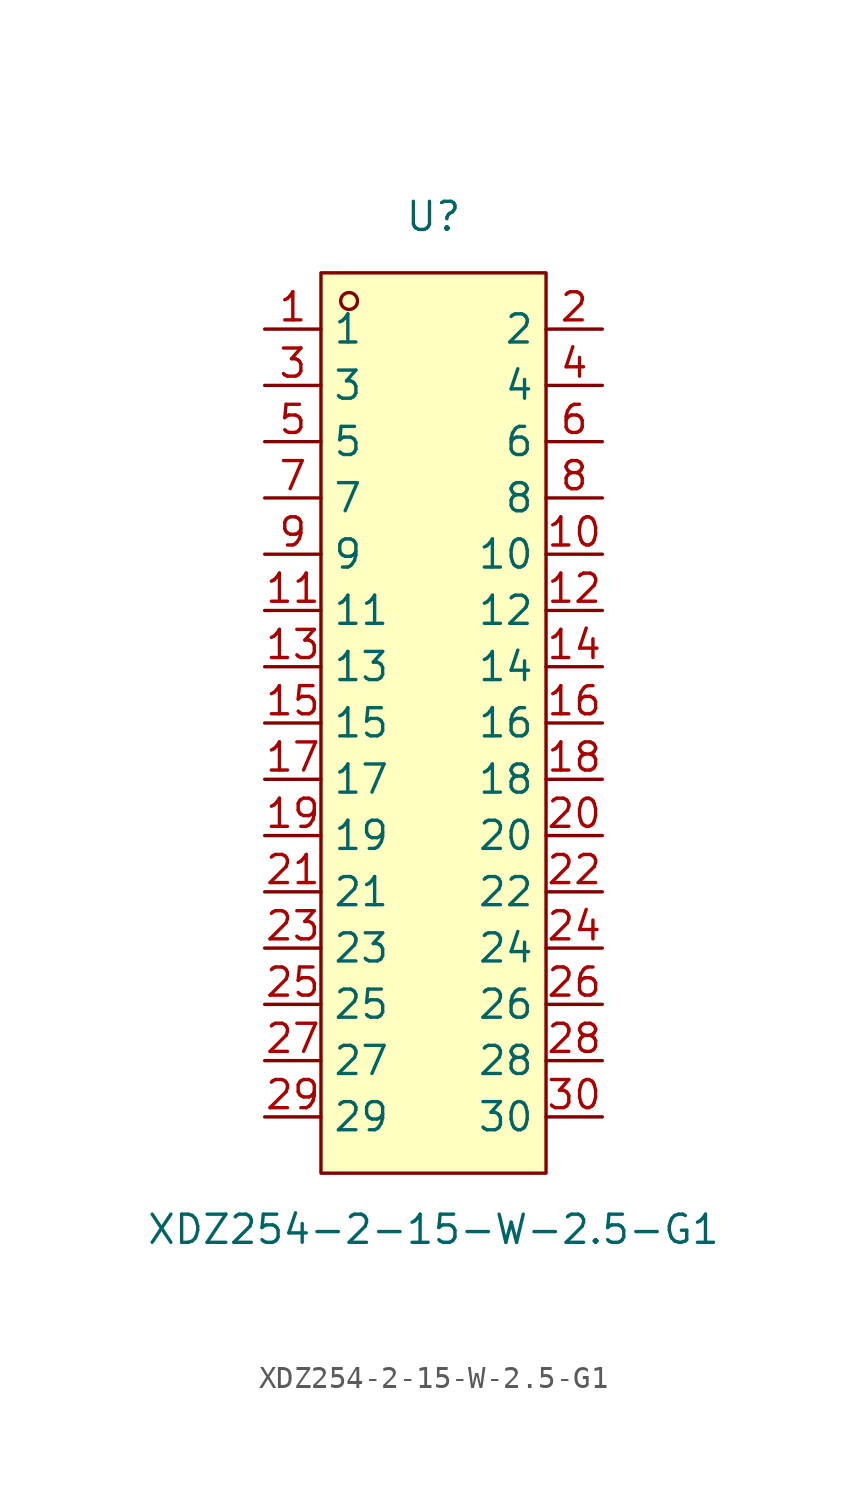
<source format=kicad_sym>
(kicad_symbol_lib
  (version 20211014)
  (generator https://github.com/uPesy/easyeda2kicad.py)
  (symbol "XDZ254-2-15-W-2.5-G1"
    (property "Reference" "U"
      (at 0 22.86 0)
      (effects (font (size 1.27 1.27))))
    (property "Value" "XDZ254-2-15-W-2.5-G1"
      (at 0 -22.86 0)
      (effects (font (size 1.27 1.27))))
    (symbol "XDZ254-2-15-W-2.5-G1_0_1"
      (rectangle (start -5.08 20.32) (end 5.08 -20.32) (stroke (width 0) (type default) (color 0 0 0 0)) (fill (type background)))
      (circle (center -3.81 19.05) (radius 0.38) (stroke (width 0) (type default) (color 0 0 0 0)) (fill (type none)))
      (pin unspecified line (at -7.62 17.78 0) (length 2.54) (name "1" (effects (font (size 1.27 1.27)))) (number "1" (effects (font (size 1.27 1.27)))))
      (pin unspecified line (at 7.62 -17.78 180) (length 2.54) (name "30" (effects (font (size 1.27 1.27)))) (number "30" (effects (font (size 1.27 1.27)))))
      (pin unspecified line (at -7.62 15.24 0) (length 2.54) (name "3" (effects (font (size 1.27 1.27)))) (number "3" (effects (font (size 1.27 1.27)))))
      (pin unspecified line (at 7.62 -15.24 180) (length 2.54) (name "28" (effects (font (size 1.27 1.27)))) (number "28" (effects (font (size 1.27 1.27)))))
      (pin unspecified line (at -7.62 12.70 0) (length 2.54) (name "5" (effects (font (size 1.27 1.27)))) (number "5" (effects (font (size 1.27 1.27)))))
      (pin unspecified line (at 7.62 -12.70 180) (length 2.54) (name "26" (effects (font (size 1.27 1.27)))) (number "26" (effects (font (size 1.27 1.27)))))
      (pin unspecified line (at -7.62 10.16 0) (length 2.54) (name "7" (effects (font (size 1.27 1.27)))) (number "7" (effects (font (size 1.27 1.27)))))
      (pin unspecified line (at 7.62 -10.16 180) (length 2.54) (name "24" (effects (font (size 1.27 1.27)))) (number "24" (effects (font (size 1.27 1.27)))))
      (pin unspecified line (at -7.62 7.62 0) (length 2.54) (name "9" (effects (font (size 1.27 1.27)))) (number "9" (effects (font (size 1.27 1.27)))))
      (pin unspecified line (at 7.62 -7.62 180) (length 2.54) (name "22" (effects (font (size 1.27 1.27)))) (number "22" (effects (font (size 1.27 1.27)))))
      (pin unspecified line (at -7.62 5.08 0) (length 2.54) (name "11" (effects (font (size 1.27 1.27)))) (number "11" (effects (font (size 1.27 1.27)))))
      (pin unspecified line (at 7.62 -5.08 180) (length 2.54) (name "20" (effects (font (size 1.27 1.27)))) (number "20" (effects (font (size 1.27 1.27)))))
      (pin unspecified line (at -7.62 2.54 0) (length 2.54) (name "13" (effects (font (size 1.27 1.27)))) (number "13" (effects (font (size 1.27 1.27)))))
      (pin unspecified line (at 7.62 -2.54 180) (length 2.54) (name "18" (effects (font (size 1.27 1.27)))) (number "18" (effects (font (size 1.27 1.27)))))
      (pin unspecified line (at -7.62 -0.00 0) (length 2.54) (name "15" (effects (font (size 1.27 1.27)))) (number "15" (effects (font (size 1.27 1.27)))))
      (pin unspecified line (at 7.62 -0.00 180) (length 2.54) (name "16" (effects (font (size 1.27 1.27)))) (number "16" (effects (font (size 1.27 1.27)))))
      (pin unspecified line (at -7.62 -2.54 0) (length 2.54) (name "17" (effects (font (size 1.27 1.27)))) (number "17" (effects (font (size 1.27 1.27)))))
      (pin unspecified line (at 7.62 2.54 180) (length 2.54) (name "14" (effects (font (size 1.27 1.27)))) (number "14" (effects (font (size 1.27 1.27)))))
      (pin unspecified line (at -7.62 -5.08 0) (length 2.54) (name "19" (effects (font (size 1.27 1.27)))) (number "19" (effects (font (size 1.27 1.27)))))
      (pin unspecified line (at 7.62 5.08 180) (length 2.54) (name "12" (effects (font (size 1.27 1.27)))) (number "12" (effects (font (size 1.27 1.27)))))
      (pin unspecified line (at -7.62 -7.62 0) (length 2.54) (name "21" (effects (font (size 1.27 1.27)))) (number "21" (effects (font (size 1.27 1.27)))))
      (pin unspecified line (at 7.62 7.62 180) (length 2.54) (name "10" (effects (font (size 1.27 1.27)))) (number "10" (effects (font (size 1.27 1.27)))))
      (pin unspecified line (at -7.62 -10.16 0) (length 2.54) (name "23" (effects (font (size 1.27 1.27)))) (number "23" (effects (font (size 1.27 1.27)))))
      (pin unspecified line (at 7.62 10.16 180) (length 2.54) (name "8" (effects (font (size 1.27 1.27)))) (number "8" (effects (font (size 1.27 1.27)))))
      (pin unspecified line (at -7.62 -12.70 0) (length 2.54) (name "25" (effects (font (size 1.27 1.27)))) (number "25" (effects (font (size 1.27 1.27)))))
      (pin unspecified line (at 7.62 12.70 180) (length 2.54) (name "6" (effects (font (size 1.27 1.27)))) (number "6" (effects (font (size 1.27 1.27)))))
      (pin unspecified line (at -7.62 -15.24 0) (length 2.54) (name "27" (effects (font (size 1.27 1.27)))) (number "27" (effects (font (size 1.27 1.27)))))
      (pin unspecified line (at 7.62 15.24 180) (length 2.54) (name "4" (effects (font (size 1.27 1.27)))) (number "4" (effects (font (size 1.27 1.27)))))
      (pin unspecified line (at -7.62 -17.78 0) (length 2.54) (name "29" (effects (font (size 1.27 1.27)))) (number "29" (effects (font (size 1.27 1.27)))))
      (pin unspecified line (at 7.62 17.78 180) (length 2.54) (name "2" (effects (font (size 1.27 1.27)))) (number "2" (effects (font (size 1.27 1.27))))))))
</source>
